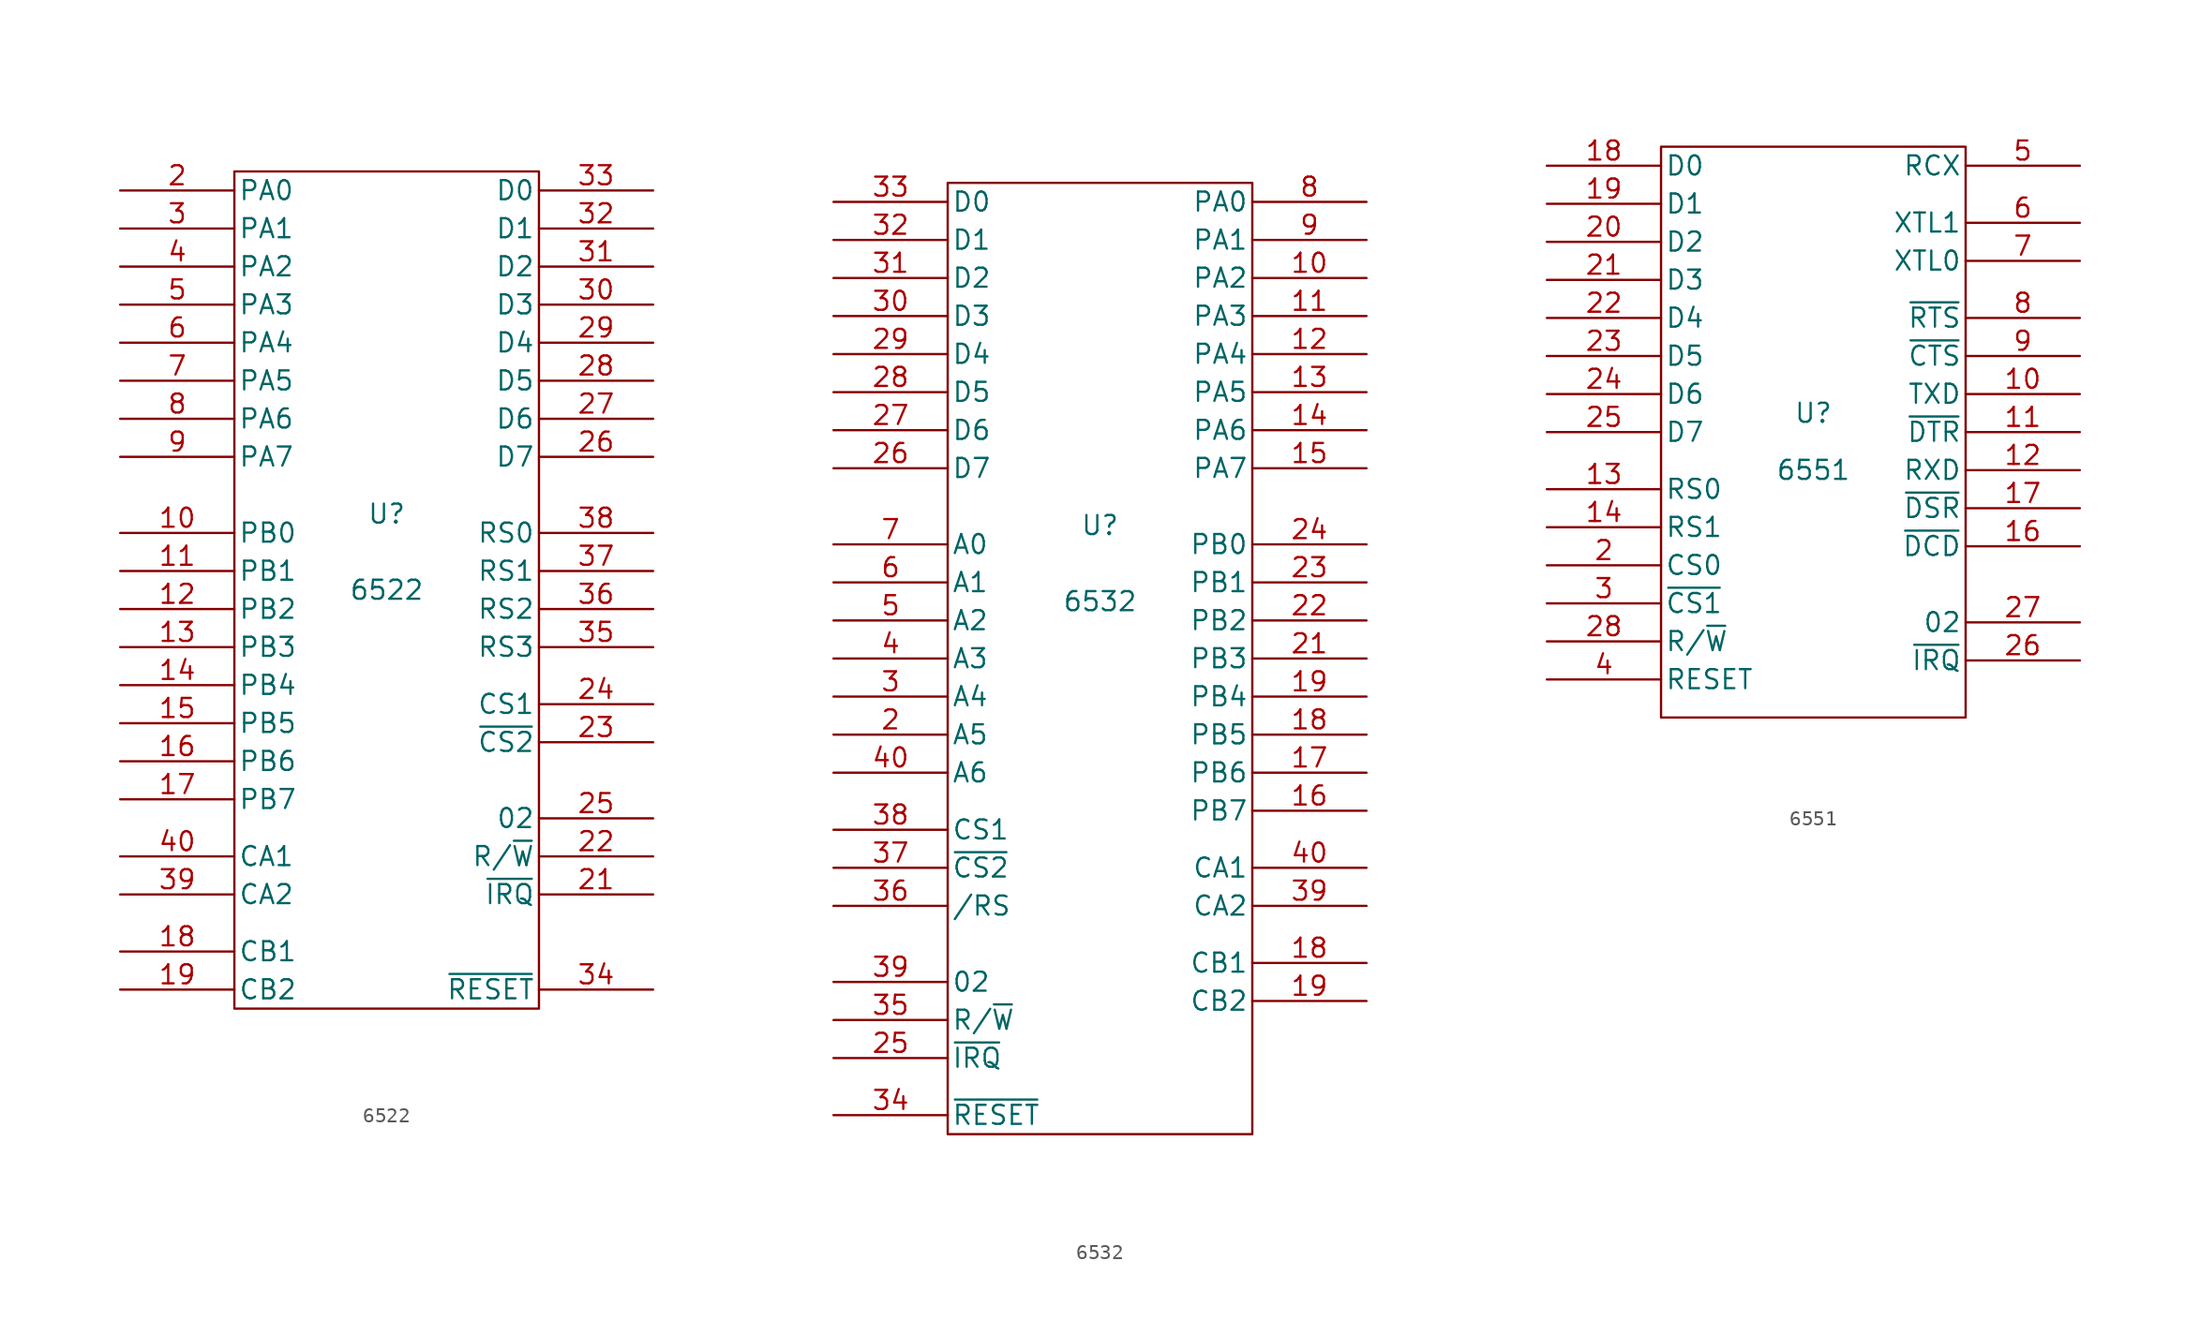
<source format=kicad_sym>
(kicad_symbol_lib
  (version 20211014)
  (generator kicad_symbol_editor)
  (symbol "6522"
    (pin_names
      (offset 0.254))
    (property "Reference" "U"
      (at 0 -3.81 0)
      (effects (font (size 1.27 1.27))))
    (property "Value" "6522"
      (at 0 -8.89 0)
      (effects (font (size 1.27 1.27))))
    (property "Footprint" ""
      (at 0 0 0)
      (effects (font (size 1.27 1.27))))
    (property "Datasheet" ""
      (at 0 0 0)
      (effects (font (size 1.27 1.27))))
    (symbol "6522_0_0"
      (pin power_in line (at 0 -36.83 90) (length 1.27) hide (name "GND" (effects (font (size 1.27 1.27)))) (number "1" (effects (font (size 1.27 1.27)))))
      (pin power_in line (at 0 20.32 270) (length 1.27) hide (name "Vcc" (effects (font (size 1.27 1.27)))) (number "20" (effects (font (size 1.27 1.27))))))
    (symbol "6522_0_1"
      (rectangle (start -10.16 19.05) (end 10.16 -36.83) (stroke (width 0) (type default) (color 0 0 0 0)) (fill (type none))))
    (symbol "6522_1_1"
      (pin bidirectional line (at -17.78 -5.08 0) (length 7.62) (name "PB0" (effects (font (size 1.27 1.27)))) (number "10" (effects (font (size 1.27 1.27)))))
      (pin bidirectional line (at -17.78 -7.62 0) (length 7.62) (name "PB1" (effects (font (size 1.27 1.27)))) (number "11" (effects (font (size 1.27 1.27)))))
      (pin bidirectional line (at -17.78 -10.16 0) (length 7.62) (name "PB2" (effects (font (size 1.27 1.27)))) (number "12" (effects (font (size 1.27 1.27)))))
      (pin bidirectional line (at -17.78 -12.7 0) (length 7.62) (name "PB3" (effects (font (size 1.27 1.27)))) (number "13" (effects (font (size 1.27 1.27)))))
      (pin bidirectional line (at -17.78 -15.24 0) (length 7.62) (name "PB4" (effects (font (size 1.27 1.27)))) (number "14" (effects (font (size 1.27 1.27)))))
      (pin bidirectional line (at -17.78 -17.78 0) (length 7.62) (name "PB5" (effects (font (size 1.27 1.27)))) (number "15" (effects (font (size 1.27 1.27)))))
      (pin bidirectional line (at -17.78 -20.32 0) (length 7.62) (name "PB6" (effects (font (size 1.27 1.27)))) (number "16" (effects (font (size 1.27 1.27)))))
      (pin bidirectional line (at -17.78 -22.86 0) (length 7.62) (name "PB7" (effects (font (size 1.27 1.27)))) (number "17" (effects (font (size 1.27 1.27)))))
      (pin bidirectional line (at -17.78 -33.02 0) (length 7.62) (name "CB1" (effects (font (size 1.27 1.27)))) (number "18" (effects (font (size 1.27 1.27)))))
      (pin bidirectional line (at -17.78 -35.56 0) (length 7.62) (name "CB2" (effects (font (size 1.27 1.27)))) (number "19" (effects (font (size 1.27 1.27)))))
      (pin bidirectional line (at -17.78 17.78 0) (length 7.62) (name "PA0" (effects (font (size 1.27 1.27)))) (number "2" (effects (font (size 1.27 1.27)))))
      (pin input line (at 17.78 -29.21 180) (length 7.62) (name "~{IRQ}" (effects (font (size 1.27 1.27)))) (number "21" (effects (font (size 1.27 1.27)))))
      (pin input line (at 17.78 -26.67 180) (length 7.62) (name "R/~{W}" (effects (font (size 1.27 1.27)))) (number "22" (effects (font (size 1.27 1.27)))))
      (pin input line (at 17.78 -19.05 180) (length 7.62) (name "~{CS2}" (effects (font (size 1.27 1.27)))) (number "23" (effects (font (size 1.27 1.27)))))
      (pin input line (at 17.78 -16.51 180) (length 7.62) (name "CS1" (effects (font (size 1.27 1.27)))) (number "24" (effects (font (size 1.27 1.27)))))
      (pin input line (at 17.78 -24.13 180) (length 7.62) (name "02" (effects (font (size 1.27 1.27)))) (number "25" (effects (font (size 1.27 1.27)))))
      (pin tri_state line (at 17.78 0 180) (length 7.62) (name "D7" (effects (font (size 1.27 1.27)))) (number "26" (effects (font (size 1.27 1.27)))))
      (pin tri_state line (at 17.78 2.54 180) (length 7.62) (name "D6" (effects (font (size 1.27 1.27)))) (number "27" (effects (font (size 1.27 1.27)))))
      (pin output line (at 17.78 5.08 180) (length 7.62) (name "D5" (effects (font (size 1.27 1.27)))) (number "28" (effects (font (size 1.27 1.27)))))
      (pin output line (at 17.78 7.62 180) (length 7.62) (name "D4" (effects (font (size 1.27 1.27)))) (number "29" (effects (font (size 1.27 1.27)))))
      (pin bidirectional line (at -17.78 15.24 0) (length 7.62) (name "PA1" (effects (font (size 1.27 1.27)))) (number "3" (effects (font (size 1.27 1.27)))))
      (pin output line (at 17.78 10.16 180) (length 7.62) (name "D3" (effects (font (size 1.27 1.27)))) (number "30" (effects (font (size 1.27 1.27)))))
      (pin output line (at 17.78 12.7 180) (length 7.62) (name "D2" (effects (font (size 1.27 1.27)))) (number "31" (effects (font (size 1.27 1.27)))))
      (pin output line (at 17.78 15.24 180) (length 7.62) (name "D1" (effects (font (size 1.27 1.27)))) (number "32" (effects (font (size 1.27 1.27)))))
      (pin output line (at 17.78 17.78 180) (length 7.62) (name "D0" (effects (font (size 1.27 1.27)))) (number "33" (effects (font (size 1.27 1.27)))))
      (pin input line (at 17.78 -35.56 180) (length 7.62) (name "~{RESET}" (effects (font (size 1.27 1.27)))) (number "34" (effects (font (size 1.27 1.27)))))
      (pin input line (at 17.78 -12.7 180) (length 7.62) (name "RS3" (effects (font (size 1.27 1.27)))) (number "35" (effects (font (size 1.27 1.27)))))
      (pin input line (at 17.78 -10.16 180) (length 7.62) (name "RS2" (effects (font (size 1.27 1.27)))) (number "36" (effects (font (size 1.27 1.27)))))
      (pin input line (at 17.78 -7.62 180) (length 7.62) (name "RS1" (effects (font (size 1.27 1.27)))) (number "37" (effects (font (size 1.27 1.27)))))
      (pin input line (at 17.78 -5.08 180) (length 7.62) (name "RS0" (effects (font (size 1.27 1.27)))) (number "38" (effects (font (size 1.27 1.27)))))
      (pin bidirectional line (at -17.78 -29.21 0) (length 7.62) (name "CA2" (effects (font (size 1.27 1.27)))) (number "39" (effects (font (size 1.27 1.27)))))
      (pin bidirectional line (at -17.78 12.7 0) (length 7.62) (name "PA2" (effects (font (size 1.27 1.27)))) (number "4" (effects (font (size 1.27 1.27)))))
      (pin bidirectional line (at -17.78 -26.67 0) (length 7.62) (name "CA1" (effects (font (size 1.27 1.27)))) (number "40" (effects (font (size 1.27 1.27)))))
      (pin bidirectional line (at -17.78 10.16 0) (length 7.62) (name "PA3" (effects (font (size 1.27 1.27)))) (number "5" (effects (font (size 1.27 1.27)))))
      (pin bidirectional line (at -17.78 7.62 0) (length 7.62) (name "PA4" (effects (font (size 1.27 1.27)))) (number "6" (effects (font (size 1.27 1.27)))))
      (pin bidirectional line (at -17.78 5.08 0) (length 7.62) (name "PA5" (effects (font (size 1.27 1.27)))) (number "7" (effects (font (size 1.27 1.27)))))
      (pin bidirectional line (at -17.78 2.54 0) (length 7.62) (name "PA6" (effects (font (size 1.27 1.27)))) (number "8" (effects (font (size 1.27 1.27)))))
      (pin bidirectional line (at -17.78 0 0) (length 7.62) (name "PA7" (effects (font (size 1.27 1.27)))) (number "9" (effects (font (size 1.27 1.27)))))))
  (symbol "6532"
    (pin_names
      (offset 0.254))
    (property "Reference" "U"
      (at 0 8.89 0)
      (effects (font (size 1.27 1.27))))
    (property "Value" "6532"
      (at 0 3.81 0)
      (effects (font (size 1.27 1.27))))
    (property "Footprint" ""
      (at 0 12.7 0)
      (effects (font (size 1.27 1.27))))
    (property "Datasheet" ""
      (at 0 12.7 0)
      (effects (font (size 1.27 1.27))))
    (symbol "6532_0_0"
      (pin power_in line (at 0 -31.75 90) (length 1.27) hide (name "GND" (effects (font (size 1.27 1.27)))) (number "1" (effects (font (size 1.27 1.27)))))
      (pin power_in line (at 0 33.02 270) (length 1.27) hide (name "Vcc" (effects (font (size 1.27 1.27)))) (number "20" (effects (font (size 1.27 1.27))))))
    (symbol "6532_0_1"
      (rectangle (start 10.16 31.75) (end -10.16 -31.75) (stroke (width 0) (type default) (color 0 0 0 0)) (fill (type none))))
    (symbol "6532_1_1"
      (pin bidirectional line (at 17.78 25.4 180) (length 7.62) (name "PA2" (effects (font (size 1.27 1.27)))) (number "10" (effects (font (size 1.27 1.27)))))
      (pin bidirectional line (at 17.78 22.86 180) (length 7.62) (name "PA3" (effects (font (size 1.27 1.27)))) (number "11" (effects (font (size 1.27 1.27)))))
      (pin bidirectional line (at 17.78 20.32 180) (length 7.62) (name "PA4" (effects (font (size 1.27 1.27)))) (number "12" (effects (font (size 1.27 1.27)))))
      (pin bidirectional line (at 17.78 17.78 180) (length 7.62) (name "PA5" (effects (font (size 1.27 1.27)))) (number "13" (effects (font (size 1.27 1.27)))))
      (pin bidirectional line (at 17.78 15.24 180) (length 7.62) (name "PA6" (effects (font (size 1.27 1.27)))) (number "14" (effects (font (size 1.27 1.27)))))
      (pin bidirectional line (at 17.78 12.7 180) (length 7.62) (name "PA7" (effects (font (size 1.27 1.27)))) (number "15" (effects (font (size 1.27 1.27)))))
      (pin bidirectional line (at 17.78 -10.16 180) (length 7.62) (name "PB7" (effects (font (size 1.27 1.27)))) (number "16" (effects (font (size 1.27 1.27)))))
      (pin bidirectional line (at 17.78 -7.62 180) (length 7.62) (name "PB6" (effects (font (size 1.27 1.27)))) (number "17" (effects (font (size 1.27 1.27)))))
      (pin bidirectional line (at 17.78 -20.32 180) (length 7.62) (name "CB1" (effects (font (size 1.27 1.27)))) (number "18" (effects (font (size 1.27 1.27)))))
      (pin bidirectional line (at 17.78 -5.08 180) (length 7.62) (name "PB5" (effects (font (size 1.27 1.27)))) (number "18" (effects (font (size 1.27 1.27)))))
      (pin bidirectional line (at 17.78 -22.86 180) (length 7.62) (name "CB2" (effects (font (size 1.27 1.27)))) (number "19" (effects (font (size 1.27 1.27)))))
      (pin bidirectional line (at 17.78 -2.54 180) (length 7.62) (name "PB4" (effects (font (size 1.27 1.27)))) (number "19" (effects (font (size 1.27 1.27)))))
      (pin input line (at -17.78 -5.08 0) (length 7.62) (name "A5" (effects (font (size 1.27 1.27)))) (number "2" (effects (font (size 1.27 1.27)))))
      (pin bidirectional line (at 17.78 0 180) (length 7.62) (name "PB3" (effects (font (size 1.27 1.27)))) (number "21" (effects (font (size 1.27 1.27)))))
      (pin bidirectional line (at 17.78 2.54 180) (length 7.62) (name "PB2" (effects (font (size 1.27 1.27)))) (number "22" (effects (font (size 1.27 1.27)))))
      (pin bidirectional line (at 17.78 5.08 180) (length 7.62) (name "PB1" (effects (font (size 1.27 1.27)))) (number "23" (effects (font (size 1.27 1.27)))))
      (pin bidirectional line (at 17.78 7.62 180) (length 7.62) (name "PB0" (effects (font (size 1.27 1.27)))) (number "24" (effects (font (size 1.27 1.27)))))
      (pin input line (at -17.78 -26.67 0) (length 7.62) (name "~{IRQ}" (effects (font (size 1.27 1.27)))) (number "25" (effects (font (size 1.27 1.27)))))
      (pin tri_state line (at -17.78 12.7 0) (length 7.62) (name "D7" (effects (font (size 1.27 1.27)))) (number "26" (effects (font (size 1.27 1.27)))))
      (pin tri_state line (at -17.78 15.24 0) (length 7.62) (name "D6" (effects (font (size 1.27 1.27)))) (number "27" (effects (font (size 1.27 1.27)))))
      (pin output line (at -17.78 17.78 0) (length 7.62) (name "D5" (effects (font (size 1.27 1.27)))) (number "28" (effects (font (size 1.27 1.27)))))
      (pin output line (at -17.78 20.32 0) (length 7.62) (name "D4" (effects (font (size 1.27 1.27)))) (number "29" (effects (font (size 1.27 1.27)))))
      (pin input line (at -17.78 -2.54 0) (length 7.62) (name "A4" (effects (font (size 1.27 1.27)))) (number "3" (effects (font (size 1.27 1.27)))))
      (pin output line (at -17.78 22.86 0) (length 7.62) (name "D3" (effects (font (size 1.27 1.27)))) (number "30" (effects (font (size 1.27 1.27)))))
      (pin output line (at -17.78 25.4 0) (length 7.62) (name "D2" (effects (font (size 1.27 1.27)))) (number "31" (effects (font (size 1.27 1.27)))))
      (pin output line (at -17.78 27.94 0) (length 7.62) (name "D1" (effects (font (size 1.27 1.27)))) (number "32" (effects (font (size 1.27 1.27)))))
      (pin output line (at -17.78 30.48 0) (length 7.62) (name "D0" (effects (font (size 1.27 1.27)))) (number "33" (effects (font (size 1.27 1.27)))))
      (pin input line (at -17.78 -30.48 0) (length 7.62) (name "~{RESET}" (effects (font (size 1.27 1.27)))) (number "34" (effects (font (size 1.27 1.27)))))
      (pin input line (at -17.78 -24.13 0) (length 7.62) (name "R/~{W}" (effects (font (size 1.27 1.27)))) (number "35" (effects (font (size 1.27 1.27)))))
      (pin bidirectional line (at -17.78 -16.51 0) (length 7.62) (name "/RS" (effects (font (size 1.27 1.27)))) (number "36" (effects (font (size 1.27 1.27)))))
      (pin input line (at -17.78 -13.97 0) (length 7.62) (name "~{CS2}" (effects (font (size 1.27 1.27)))) (number "37" (effects (font (size 1.27 1.27)))))
      (pin input line (at -17.78 -11.43 0) (length 7.62) (name "CS1" (effects (font (size 1.27 1.27)))) (number "38" (effects (font (size 1.27 1.27)))))
      (pin input line (at -17.78 -21.59 0) (length 7.62) (name "02" (effects (font (size 1.27 1.27)))) (number "39" (effects (font (size 1.27 1.27)))))
      (pin bidirectional line (at 17.78 -16.51 180) (length 7.62) (name "CA2" (effects (font (size 1.27 1.27)))) (number "39" (effects (font (size 1.27 1.27)))))
      (pin input line (at -17.78 0 0) (length 7.62) (name "A3" (effects (font (size 1.27 1.27)))) (number "4" (effects (font (size 1.27 1.27)))))
      (pin input line (at -17.78 -7.62 0) (length 7.62) (name "A6" (effects (font (size 1.27 1.27)))) (number "40" (effects (font (size 1.27 1.27)))))
      (pin bidirectional line (at 17.78 -13.97 180) (length 7.62) (name "CA1" (effects (font (size 1.27 1.27)))) (number "40" (effects (font (size 1.27 1.27)))))
      (pin input line (at -17.78 2.54 0) (length 7.62) (name "A2" (effects (font (size 1.27 1.27)))) (number "5" (effects (font (size 1.27 1.27)))))
      (pin input line (at -17.78 5.08 0) (length 7.62) (name "A1" (effects (font (size 1.27 1.27)))) (number "6" (effects (font (size 1.27 1.27)))))
      (pin input line (at -17.78 7.62 0) (length 7.62) (name "A0" (effects (font (size 1.27 1.27)))) (number "7" (effects (font (size 1.27 1.27)))))
      (pin bidirectional line (at 17.78 30.48 180) (length 7.62) (name "PA0" (effects (font (size 1.27 1.27)))) (number "8" (effects (font (size 1.27 1.27)))))
      (pin bidirectional line (at 17.78 27.94 180) (length 7.62) (name "PA1" (effects (font (size 1.27 1.27)))) (number "9" (effects (font (size 1.27 1.27)))))))
  (symbol "6551"
    (pin_names
      (offset 0.254))
    (property "Reference" "U"
      (at 0 1.27 0)
      (effects (font (size 1.27 1.27))))
    (property "Value" "6551"
      (at 0 -2.54 0)
      (effects (font (size 1.27 1.27))))
    (property "Footprint" ""
      (at 0 0 0)
      (effects (font (size 1.27 1.27))))
    (property "Datasheet" ""
      (at 0 0 0)
      (effects (font (size 1.27 1.27))))
    (symbol "6551_0_0"
      (pin power_in line (at 0 -20.32 90) (length 1.27) hide (name "GND" (effects (font (size 1.27 1.27)))) (number "1" (effects (font (size 1.27 1.27)))))
      (pin power_in line (at 0 20.32 270) (length 1.27) hide (name "Vcc" (effects (font (size 1.27 1.27)))) (number "15" (effects (font (size 1.27 1.27))))))
    (symbol "6551_0_1"
      (rectangle (start 10.16 19.05) (end -10.16 -19.05) (stroke (width 0) (type default) (color 0 0 0 0)) (fill (type none))))
    (symbol "6551_1_1"
      (pin bidirectional line (at 17.78 2.54 180) (length 7.62) (name "TXD" (effects (font (size 1.27 1.27)))) (number "10" (effects (font (size 1.27 1.27)))))
      (pin bidirectional line (at 17.78 0 180) (length 7.62) (name "~{DTR}" (effects (font (size 1.27 1.27)))) (number "11" (effects (font (size 1.27 1.27)))))
      (pin bidirectional line (at 17.78 -2.54 180) (length 7.62) (name "RXD" (effects (font (size 1.27 1.27)))) (number "12" (effects (font (size 1.27 1.27)))))
      (pin input line (at -17.78 -3.81 0) (length 7.62) (name "RS0" (effects (font (size 1.27 1.27)))) (number "13" (effects (font (size 1.27 1.27)))))
      (pin input line (at -17.78 -6.35 0) (length 7.62) (name "RS1" (effects (font (size 1.27 1.27)))) (number "14" (effects (font (size 1.27 1.27)))))
      (pin input line (at 17.78 -7.62 180) (length 7.62) (name "~{DCD}" (effects (font (size 1.27 1.27)))) (number "16" (effects (font (size 1.27 1.27)))))
      (pin bidirectional line (at 17.78 -5.08 180) (length 7.62) (name "~{DSR}" (effects (font (size 1.27 1.27)))) (number "17" (effects (font (size 1.27 1.27)))))
      (pin bidirectional line (at -17.78 17.78 0) (length 7.62) (name "D0" (effects (font (size 1.27 1.27)))) (number "18" (effects (font (size 1.27 1.27)))))
      (pin bidirectional line (at -17.78 15.24 0) (length 7.62) (name "D1" (effects (font (size 1.27 1.27)))) (number "19" (effects (font (size 1.27 1.27)))))
      (pin input line (at -17.78 -8.89 0) (length 7.62) (name "CS0" (effects (font (size 1.27 1.27)))) (number "2" (effects (font (size 1.27 1.27)))))
      (pin bidirectional line (at -17.78 12.7 0) (length 7.62) (name "D2" (effects (font (size 1.27 1.27)))) (number "20" (effects (font (size 1.27 1.27)))))
      (pin bidirectional line (at -17.78 10.16 0) (length 7.62) (name "D3" (effects (font (size 1.27 1.27)))) (number "21" (effects (font (size 1.27 1.27)))))
      (pin bidirectional line (at -17.78 7.62 0) (length 7.62) (name "D4" (effects (font (size 1.27 1.27)))) (number "22" (effects (font (size 1.27 1.27)))))
      (pin bidirectional line (at -17.78 5.08 0) (length 7.62) (name "D5" (effects (font (size 1.27 1.27)))) (number "23" (effects (font (size 1.27 1.27)))))
      (pin bidirectional line (at -17.78 2.54 0) (length 7.62) (name "D6" (effects (font (size 1.27 1.27)))) (number "24" (effects (font (size 1.27 1.27)))))
      (pin tri_state line (at -17.78 0 0) (length 7.62) (name "D7" (effects (font (size 1.27 1.27)))) (number "25" (effects (font (size 1.27 1.27)))))
      (pin output line (at 17.78 -15.24 180) (length 7.62) (name "~{IRQ}" (effects (font (size 1.27 1.27)))) (number "26" (effects (font (size 1.27 1.27)))))
      (pin input line (at 17.78 -12.7 180) (length 7.62) (name "02" (effects (font (size 1.27 1.27)))) (number "27" (effects (font (size 1.27 1.27)))))
      (pin input line (at -17.78 -13.97 0) (length 7.62) (name "R/~{W}" (effects (font (size 1.27 1.27)))) (number "28" (effects (font (size 1.27 1.27)))))
      (pin input line (at -17.78 -11.43 0) (length 7.62) (name "~{CS1}" (effects (font (size 1.27 1.27)))) (number "3" (effects (font (size 1.27 1.27)))))
      (pin input line (at -17.78 -16.51 0) (length 7.62) (name "RESET" (effects (font (size 1.27 1.27)))) (number "4" (effects (font (size 1.27 1.27)))))
      (pin bidirectional line (at 17.78 17.78 180) (length 7.62) (name "RCX" (effects (font (size 1.27 1.27)))) (number "5" (effects (font (size 1.27 1.27)))))
      (pin input line (at 17.78 13.97 180) (length 7.62) (name "XTL1" (effects (font (size 1.27 1.27)))) (number "6" (effects (font (size 1.27 1.27)))))
      (pin input line (at 17.78 11.43 180) (length 7.62) (name "XTL0" (effects (font (size 1.27 1.27)))) (number "7" (effects (font (size 1.27 1.27)))))
      (pin input line (at 17.78 7.62 180) (length 7.62) (name "~{RTS}" (effects (font (size 1.27 1.27)))) (number "8" (effects (font (size 1.27 1.27)))))
      (pin input line (at 17.78 5.08 180) (length 7.62) (name "~{CTS}" (effects (font (size 1.27 1.27)))) (number "9" (effects (font (size 1.27 1.27))))))))
</source>
